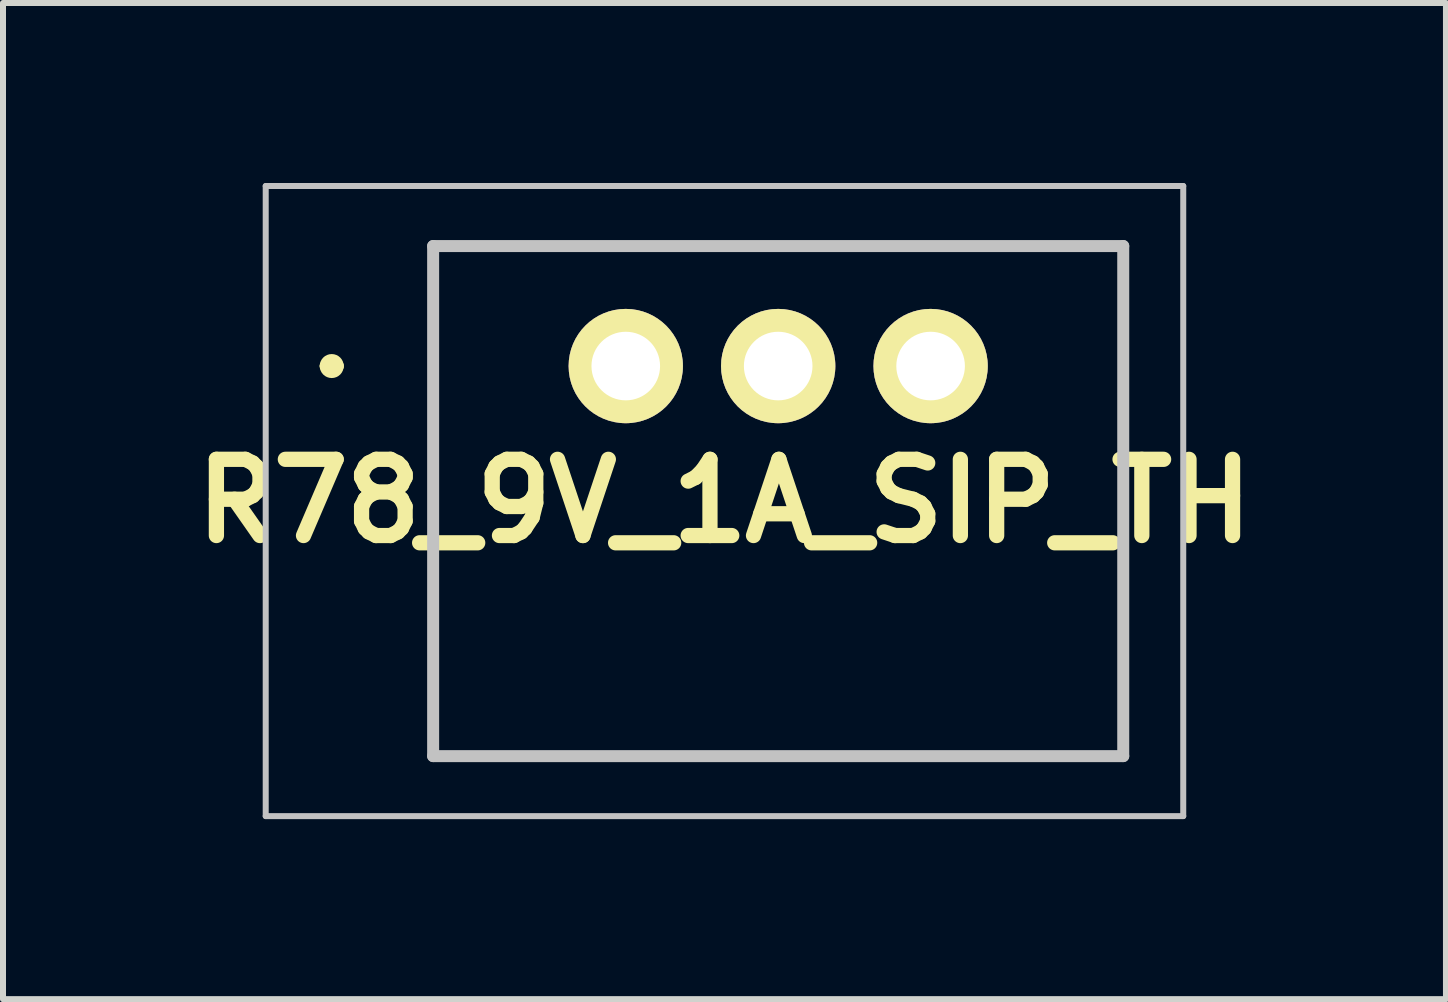
<source format=kicad_pcb>
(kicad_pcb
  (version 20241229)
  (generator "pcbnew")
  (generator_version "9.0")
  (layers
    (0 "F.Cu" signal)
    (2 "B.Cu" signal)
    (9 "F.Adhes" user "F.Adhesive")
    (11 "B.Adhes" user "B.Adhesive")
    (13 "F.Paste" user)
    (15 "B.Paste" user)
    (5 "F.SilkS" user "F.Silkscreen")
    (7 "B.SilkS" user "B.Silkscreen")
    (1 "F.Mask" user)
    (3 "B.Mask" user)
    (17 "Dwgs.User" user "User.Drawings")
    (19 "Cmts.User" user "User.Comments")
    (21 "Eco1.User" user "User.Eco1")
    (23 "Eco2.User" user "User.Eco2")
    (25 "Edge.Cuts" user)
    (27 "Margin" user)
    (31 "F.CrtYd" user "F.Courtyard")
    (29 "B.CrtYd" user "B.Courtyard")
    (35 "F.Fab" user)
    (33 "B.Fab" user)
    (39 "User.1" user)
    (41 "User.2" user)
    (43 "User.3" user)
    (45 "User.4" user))
  (footprint "R78_9V_1A_SIP_TH"
    (layer "F.Cu")
    (at 7.378 3.05)
    (property "Reference" "R78_9V_1A_SIP_TH" (at 1.645 2.25 0) (layer "F.SilkS") (effects (font (size 1.27 1.27) (thickness 0.254))))
    (attr through_hole exclude_from_pos_files)
    (fp_line (start -5 0) (end -5 0) (stroke (width 0.2) (type solid)) (layer "F.SilkS"))
    (fp_line (start -4.8 0) (end -4.8 0) (stroke (width 0.2) (type solid)) (layer "F.SilkS"))
    (fp_line (start -3.21 -2) (end -3.21 6.5) (stroke (width 0.1) (type solid)) (layer "F.SilkS"))
    (fp_line (start -3.21 6.5) (end 8.29 6.5) (stroke (width 0.1) (type solid)) (layer "F.SilkS"))
    (fp_line (start 8.29 -2) (end -3.21 -2) (stroke (width 0.1) (type solid)) (layer "F.SilkS"))
    (fp_line (start 8.29 6.5) (end 8.29 -2) (stroke (width 0.1) (type solid)) (layer "F.SilkS"))
    (fp_arc (start -5 0) (mid -4.9 -0.1) (end -4.8 0) (stroke (width 0.2) (type solid)) (layer "F.SilkS"))
    (fp_arc (start -4.8 0) (mid -4.9 0.1) (end -5 0) (stroke (width 0.2) (type solid)) (layer "F.SilkS"))
    (fp_line (start -6 -3) (end -6 7.5) (stroke (width 0.1) (type solid)) (layer "Dwgs.User"))
    (fp_line (start -6 7.5) (end 9.29 7.5) (stroke (width 0.1) (type solid)) (layer "Dwgs.User"))
    (fp_line (start -3.21 -2) (end -3.21 6.5) (stroke (width 0.2) (type solid)) (layer "Dwgs.User"))
    (fp_line (start -3.21 6.5) (end 8.29 6.5) (stroke (width 0.2) (type solid)) (layer "Dwgs.User"))
    (fp_line (start 8.29 -2) (end -3.21 -2) (stroke (width 0.2) (type solid)) (layer "Dwgs.User"))
    (fp_line (start 8.29 6.5) (end 8.29 -2) (stroke (width 0.2) (type solid)) (layer "Dwgs.User"))
    (fp_line (start 9.29 -3) (end -6 -3) (stroke (width 0.1) (type solid)) (layer "Dwgs.User"))
    (fp_line (start 9.29 7.5) (end 9.29 -3) (stroke (width 0.1) (type solid)) (layer "Dwgs.User"))
    (pad "1" thru_hole circle (at 0 0 90) (size 1.905 1.905) (drill 1.143) (layers "*.Cu" "*.Mask" "F.SilkS"))
    (pad "2" thru_hole circle (at 2.54 0 90) (size 1.905 1.905) (drill 1.143) (layers "*.Cu" "*.Mask" "F.SilkS"))
    (pad "3" thru_hole circle (at 5.08 0 90) (size 1.905 1.905) (drill 1.143) (layers "*.Cu" "*.Mask" "F.SilkS")))
  (gr_rect
    (start -3 -3)
    (end 21.046 13.6)
    (stroke (width 0.1) (type default))
    (fill no)
    (layer "Edge.Cuts")))
</source>
